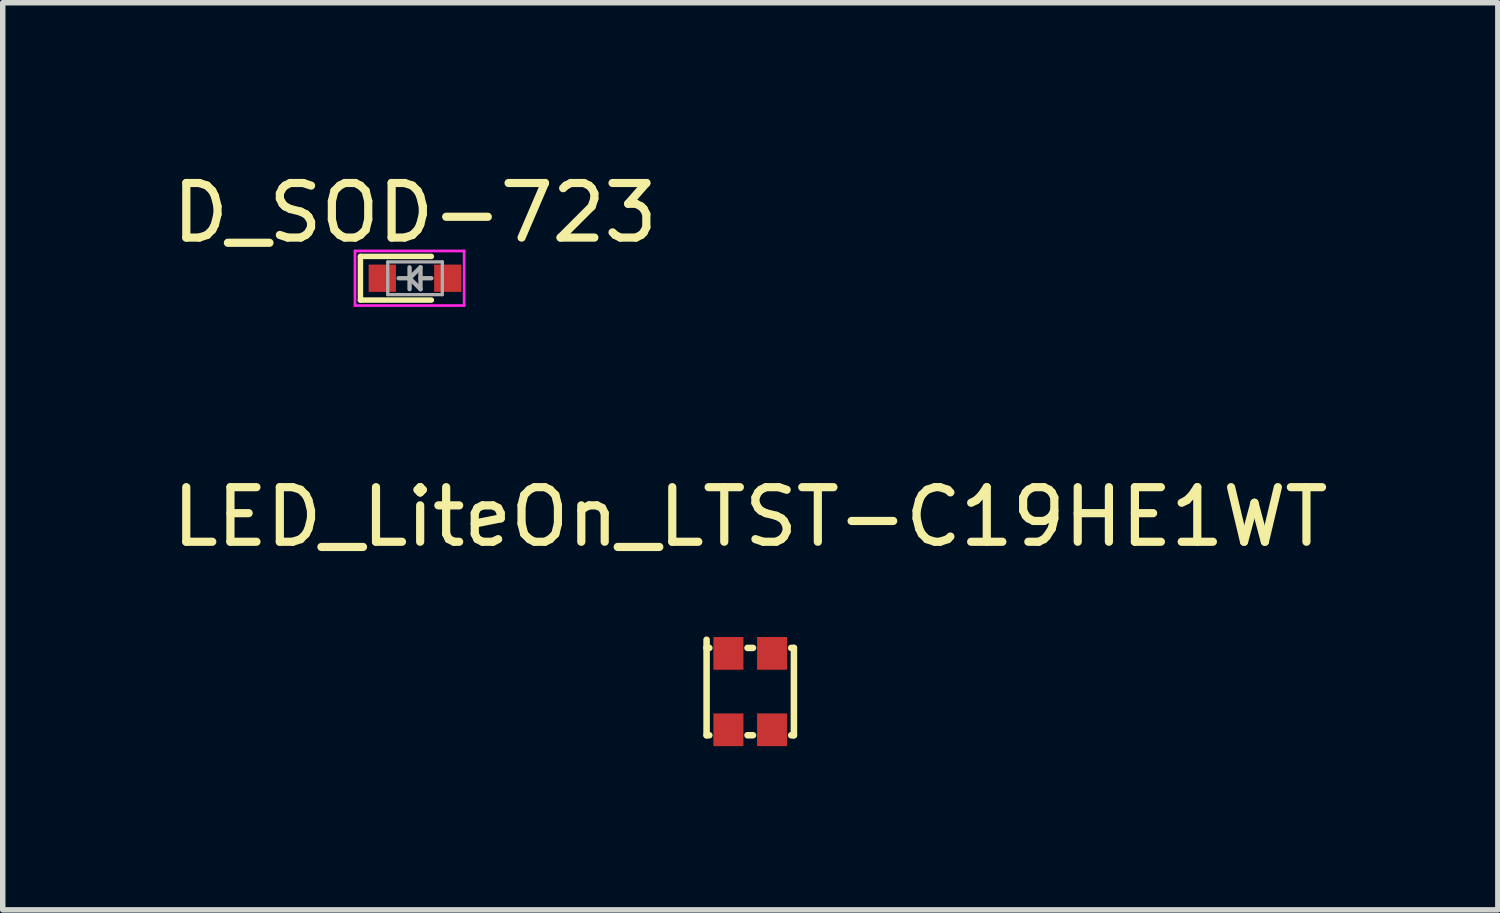
<source format=kicad_pcb>
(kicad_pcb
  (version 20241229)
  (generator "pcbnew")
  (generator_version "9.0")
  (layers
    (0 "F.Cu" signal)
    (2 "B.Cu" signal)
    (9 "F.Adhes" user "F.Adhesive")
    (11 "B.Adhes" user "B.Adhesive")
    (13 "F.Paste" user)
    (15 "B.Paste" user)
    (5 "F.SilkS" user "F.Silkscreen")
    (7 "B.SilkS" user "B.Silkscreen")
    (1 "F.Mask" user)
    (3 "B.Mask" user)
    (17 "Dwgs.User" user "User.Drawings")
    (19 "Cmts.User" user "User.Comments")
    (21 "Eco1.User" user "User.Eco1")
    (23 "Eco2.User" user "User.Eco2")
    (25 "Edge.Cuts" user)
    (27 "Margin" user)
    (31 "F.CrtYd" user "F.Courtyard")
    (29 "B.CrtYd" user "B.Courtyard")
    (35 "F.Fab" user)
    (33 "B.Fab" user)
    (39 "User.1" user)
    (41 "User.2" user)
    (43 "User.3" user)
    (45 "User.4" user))
  (footprint "D_SOD-723"
    (layer "F.Cu")
    (at 4.554 2.048)
    (property "Reference" "D_SOD-723" (at 0 -1.2 0) (layer "F.SilkS") (effects (font (size 1 1) (thickness 0.15))))
    (attr smd)
    (fp_line (start -1 -0.4) (end -1 0.4) (stroke (width 0.1) (type solid)) (layer "F.SilkS"))
    (fp_line (start -1 0.4) (end 0.3 0.4) (stroke (width 0.1) (type solid)) (layer "F.SilkS"))
    (fp_line (start 0.3 -0.4) (end -1 -0.4) (stroke (width 0.1) (type solid)) (layer "F.SilkS"))
    (fp_line (start -1.1 -0.5) (end -1.1 0.5) (stroke (width 0.05) (type solid)) (layer "F.CrtYd"))
    (fp_line (start -1.1 0.5) (end 0.9 0.5) (stroke (width 0.05) (type solid)) (layer "F.CrtYd"))
    (fp_line (start 0.9 -0.5) (end -1.1 -0.5) (stroke (width 0.05) (type solid)) (layer "F.CrtYd"))
    (fp_line (start 0.9 0.5) (end 0.9 -0.5) (stroke (width 0.05) (type solid)) (layer "F.CrtYd"))
    (fp_line (start -0.5 -0.3) (end -0.5 0.3) (stroke (width 0.06) (type solid)) (layer "F.Fab"))
    (fp_line (start -0.5 0.3) (end 0.5 0.3) (stroke (width 0.06) (type solid)) (layer "F.Fab"))
    (fp_line (start -0.1 -0.2) (end -0.1 0.2) (stroke (width 0.08) (type solid)) (layer "F.Fab"))
    (fp_line (start -0.1 0) (end -0.3 0) (stroke (width 0.08) (type solid)) (layer "F.Fab"))
    (fp_line (start -0.1 0) (end 0.1 0.2) (stroke (width 0.08) (type solid)) (layer "F.Fab"))
    (fp_line (start 0.1 -0.2) (end -0.1 0) (stroke (width 0.08) (type solid)) (layer "F.Fab"))
    (fp_line (start 0.1 0.2) (end 0.1 -0.2) (stroke (width 0.08) (type solid)) (layer "F.Fab"))
    (fp_line (start 0.3 0) (end 0.1 0) (stroke (width 0.08) (type solid)) (layer "F.Fab"))
    (fp_line (start 0.5 -0.3) (end -0.5 -0.3) (stroke (width 0.06) (type solid)) (layer "F.Fab"))
    (fp_line (start 0.5 0.3) (end 0.5 -0.3) (stroke (width 0.06) (type solid)) (layer "F.Fab"))
    (pad "1" smd rect (at -0.6 0) (size 0.5 0.5) (layers "F.Cu" "F.Mask" "F.Paste"))
    (pad "2" smd rect (at 0.6 0) (size 0.5 0.5) (layers "F.Cu" "F.Mask" "F.Paste")))
  (footprint "LED_LiteOn_LTST-C19HE1WT"
    (layer "F.Cu")
    (at 10.696 9.621)
    (property "Reference" "LED_LiteOn_LTST-C19HE1WT" (at 0 -3.2 0) (layer "F.SilkS") (effects (font (size 1 1) (thickness 0.15))))
    (attr through_hole)
    (fp_line (start -0.8 -0.8) (end -0.8 -0.95) (stroke (width 0.12) (type solid)) (layer "F.SilkS"))
    (fp_line (start -0.8 -0.8) (end -0.8 0.8) (stroke (width 0.12) (type solid)) (layer "F.SilkS"))
    (fp_line (start -0.8 -0.8) (end -0.75 -0.8) (stroke (width 0.12) (type solid)) (layer "F.SilkS"))
    (fp_line (start -0.8 0.8) (end -0.75 0.8) (stroke (width 0.12) (type solid)) (layer "F.SilkS"))
    (fp_line (start -0.05 -0.8) (end 0.05 -0.8) (stroke (width 0.12) (type solid)) (layer "F.SilkS"))
    (fp_line (start -0.05 0.8) (end 0.05 0.8) (stroke (width 0.12) (type solid)) (layer "F.SilkS"))
    (fp_line (start 0.8 -0.8) (end 0.75 -0.8) (stroke (width 0.12) (type solid)) (layer "F.SilkS"))
    (fp_line (start 0.8 0.8) (end 0.75 0.8) (stroke (width 0.12) (type solid)) (layer "F.SilkS"))
    (fp_line (start 0.8 0.8) (end 0.8 -0.8) (stroke (width 0.12) (type solid)) (layer "F.SilkS"))
    (pad "1" smd rect (at -0.4 -0.7) (size 0.55 0.6) (layers "F.Cu" "F.Mask" "F.Paste"))
    (pad "2" smd rect (at 0.4 -0.7) (size 0.55 0.6) (layers "F.Cu" "F.Mask" "F.Paste"))
    (pad "3" smd rect (at -0.4 0.7) (size 0.55 0.6) (layers "F.Cu" "F.Mask" "F.Paste"))
    (pad "4" smd rect (at 0.4 0.7) (size 0.55 0.6) (layers "F.Cu" "F.Mask" "F.Paste")))
  (gr_rect
    (start -3 -3)
    (end 24.393 13.621)
    (stroke (width 0.1) (type default))
    (fill no)
    (layer "Edge.Cuts")))
</source>
